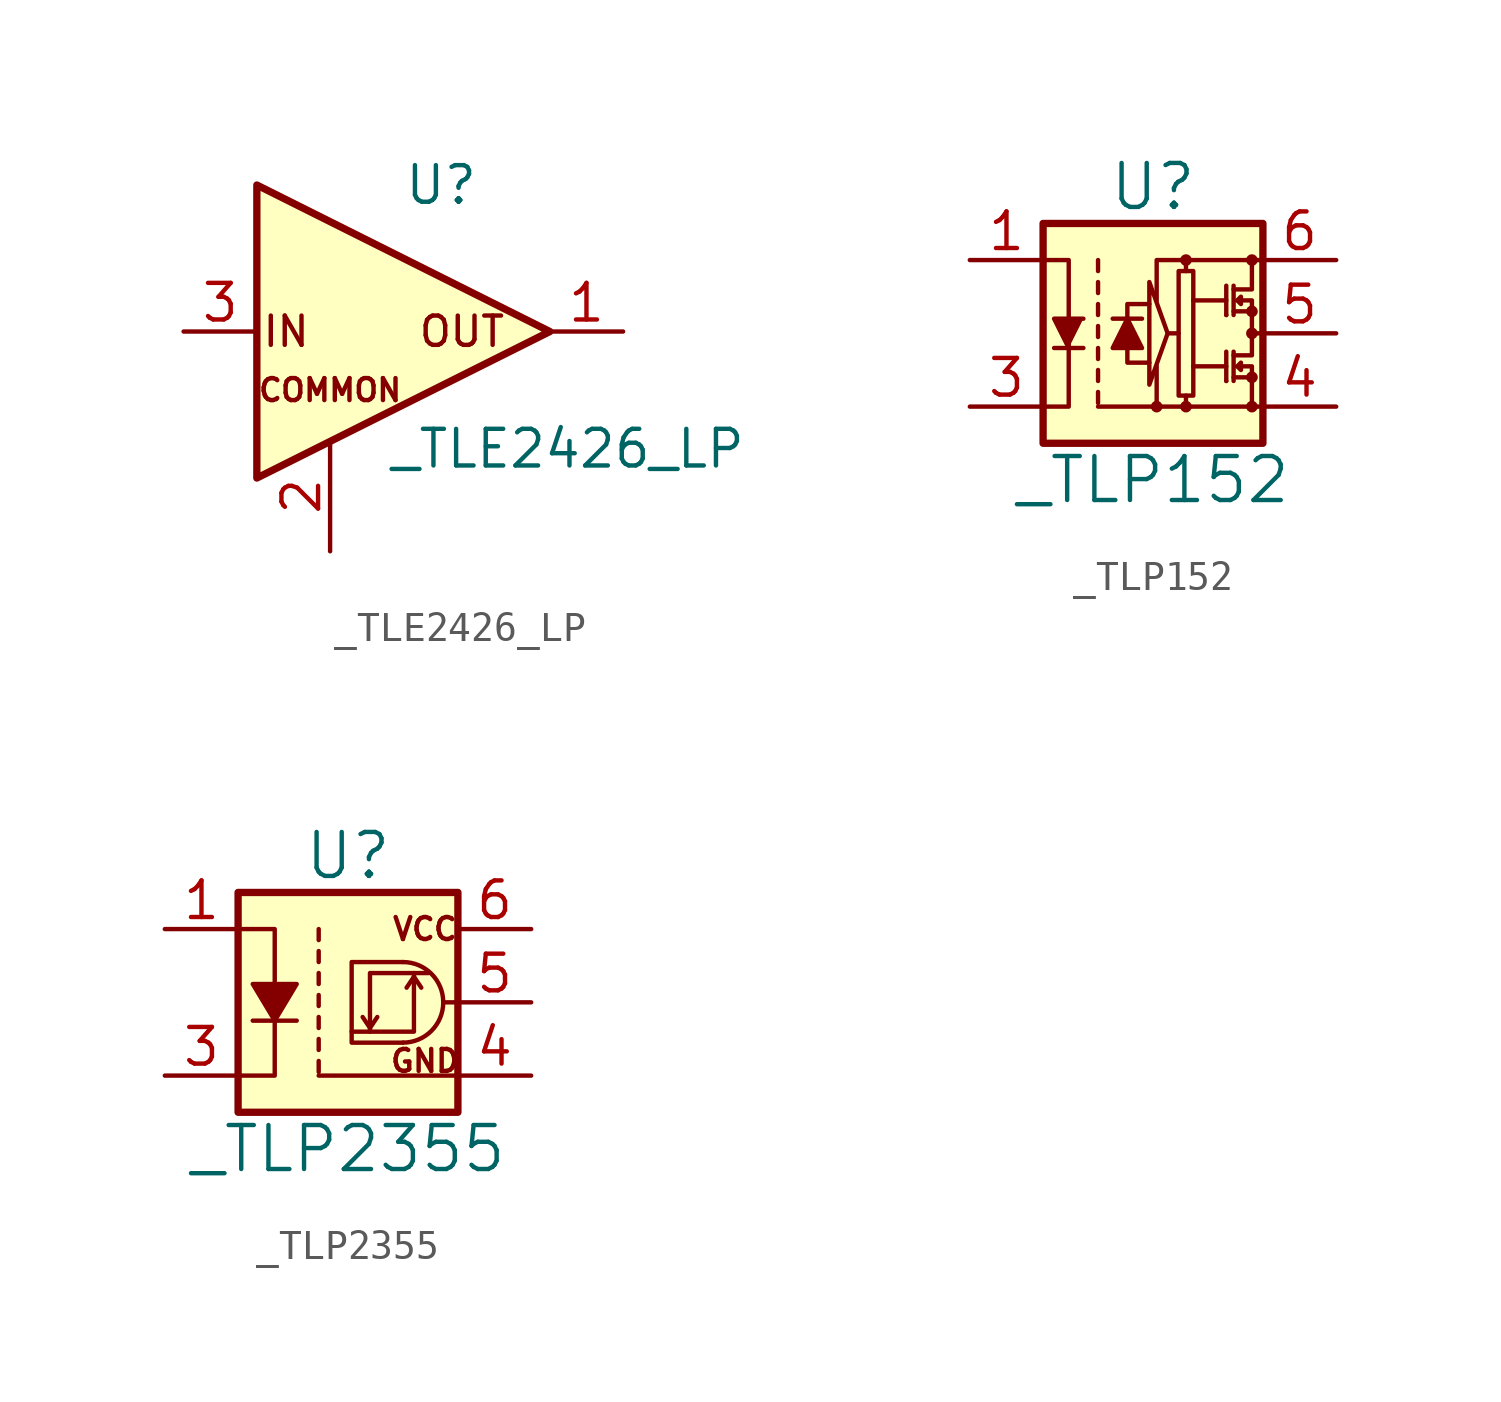
<source format=kicad_sym>
(kicad_symbol_lib
  (version 20220914)
  (generator kicad_symbol_editor)
  (symbol "_TLE2426_LP"
    (pin_names hide)
    (property "Reference" "U"
      (at 0 5.08 0)
      (effects (font (size 1.27 1.27)) (justify left)))
    (property "Value" "_TLE2426_LP"
      (at -0.508 -4.064 0)
      (effects (font (size 1.27 1.27)) (justify left)))
    (symbol "_TLE2426_LP_0_0"
      (text "COMMON" (at -2.54 -2.032 0) (effects (font (size 0.762 0.762))))
      (text "IN" (at -4.064 0 0) (effects (font (size 1.016 1.016))))
      (text "OUT" (at 2.032 0 0) (effects (font (size 1.016 1.016)))))
    (symbol "_TLE2426_LP_0_1"
      (polyline (pts (xy -5.08 5.08) (xy 5.08 0) (xy -5.08 -5.08) (xy -5.08 5.08)) (stroke (width 0.254) (type solid)) (fill (type background)))
      (pin power_in line (at -2.54 -7.62 90) (length 3.81) (name "COMMON" (effects (font (size 1.27 1.27)))) (number "2" (effects (font (size 1.27 1.27))))))
    (symbol "_TLE2426_LP_1_1"
      (pin power_out line (at 7.62 0 180) (length 2.54) (name "OUT" (effects (font (size 1.27 1.27)))) (number "1" (effects (font (size 1.27 1.27)))))
      (pin power_in line (at -7.62 0 0) (length 2.54) (name "IN" (effects (font (size 1.27 1.27)))) (number "3" (effects (font (size 1.27 1.27)))))))
  (symbol "_TLP152"
    (pin_names
      (offset 1.016))
    (property "Reference" "U"
      (at 0 5.08 0)
      (effects (font (size 1.524 1.524))))
    (property "Value" "_TLP152"
      (at 0 -5.08 0)
      (effects (font (size 1.524 1.524))))
    (property "Footprint" ""
      (at 0 0 0)
      (effects (font (size 1.524 1.524))))
    (property "Datasheet" ""
      (at 0 0 0)
      (effects (font (size 1.524 1.524))))
    (symbol "_TLP152_0_0"
      (polyline (pts (xy -1.397 0.508) (xy -0.381 0.508)) (stroke (width 0) (type solid)) (fill (type none)))
      (polyline (pts (xy 0.127 -1.143) (xy 0.127 -2.54)) (stroke (width 0) (type solid)) (fill (type none)))
      (polyline (pts (xy 0.508 0) (xy 0.889 0)) (stroke (width 0) (type solid)) (fill (type none)))
      (polyline (pts (xy 1.143 -2.159) (xy 1.143 -2.54)) (stroke (width 0) (type solid)) (fill (type none)))
      (polyline (pts (xy 1.143 2.159) (xy 1.143 2.54)) (stroke (width 0) (type solid)) (fill (type none)))
      (polyline (pts (xy 2.54 -1.651) (xy 2.54 -1.651)) (stroke (width 0) (type solid)) (fill (type none)))
      (polyline (pts (xy 2.54 -1.143) (xy 1.397 -1.143)) (stroke (width 0) (type solid)) (fill (type none)))
      (polyline (pts (xy 2.54 -0.635) (xy 2.54 -1.651)) (stroke (width 0) (type solid)) (fill (type none)))
      (polyline (pts (xy 2.54 0.635) (xy 2.54 0.635)) (stroke (width 0) (type solid)) (fill (type none)))
      (polyline (pts (xy 2.54 1.143) (xy 1.397 1.143)) (stroke (width 0) (type solid)) (fill (type none)))
      (polyline (pts (xy 2.54 1.651) (xy 2.54 0.635)) (stroke (width 0) (type solid)) (fill (type none)))
      (polyline (pts (xy 2.794 -1.524) (xy 3.429 -1.524)) (stroke (width 0) (type solid)) (fill (type none)))
      (polyline (pts (xy 2.794 -0.635) (xy 2.794 -1.651)) (stroke (width 0) (type solid)) (fill (type none)))
      (polyline (pts (xy 2.794 1.651) (xy 2.794 0.635)) (stroke (width 0) (type solid)) (fill (type none)))
      (polyline (pts (xy 3.81 -2.54) (xy -1.905 -2.54)) (stroke (width 0) (type solid)) (fill (type none)))
      (polyline (pts (xy 3.81 0) (xy 3.429 0)) (stroke (width 0) (type solid)) (fill (type none)))
      (polyline (pts (xy 0.127 1.143) (xy 0.127 2.54) (xy 3.81 2.54)) (stroke (width 0) (type solid)) (fill (type none)))
      (polyline (pts (xy 2.794 1.524) (xy 3.429 1.524) (xy 3.429 2.54)) (stroke (width 0) (type solid)) (fill (type none)))
      (polyline (pts (xy 2.921 -1.143) (xy 3.429 -1.143) (xy 3.429 -2.54)) (stroke (width 0) (type solid)) (fill (type none)))
      (polyline (pts (xy 2.921 1.143) (xy 3.429 1.143) (xy 3.429 0.762)) (stroke (width 0) (type solid)) (fill (type none)))
      (polyline (pts (xy -0.889 0.508) (xy -1.397 -0.508) (xy -0.381 -0.508) (xy -0.889 0.508)) (stroke (width 0) (type solid)) (fill (type outline)))
      (polyline (pts (xy -0.127 1.016) (xy -0.889 1.016) (xy -0.889 -1.016) (xy -0.127 -1.016)) (stroke (width 0) (type solid)) (fill (type none)))
      (polyline (pts (xy -0.127 1.778) (xy -0.127 -1.778) (xy 0.508 0) (xy -0.127 1.778)) (stroke (width 0) (type solid)) (fill (type none)))
      (polyline (pts (xy 2.794 0.762) (xy 3.429 0.762) (xy 3.429 -0.762) (xy 2.794 -0.762)) (stroke (width 0) (type solid)) (fill (type none)))
      (polyline (pts (xy 2.921 -1.143) (xy 3.048 -1.016) (xy 3.048 -1.27) (xy 2.921 -1.143)) (stroke (width 0) (type solid)) (fill (type none)))
      (polyline (pts (xy 3.048 1.27) (xy 2.921 1.143) (xy 3.048 1.016) (xy 3.048 1.27)) (stroke (width 0) (type solid)) (fill (type none)))
      (circle (center 0.127 -2.54) (radius 0.127) (stroke (width 0) (type solid)) (fill (type none)))
      (rectangle (start 0.889 2.159) (end 1.397 -2.159) (stroke (width 0) (type solid)) (fill (type none)))
      (circle (center 1.143 -2.54) (radius 0.127) (stroke (width 0) (type solid)) (fill (type none)))
      (circle (center 1.143 2.54) (radius 0.127) (stroke (width 0) (type solid)) (fill (type none)))
      (circle (center 3.429 -2.54) (radius 0.127) (stroke (width 0) (type solid)) (fill (type none)))
      (circle (center 3.429 -1.524) (radius 0.127) (stroke (width 0) (type solid)) (fill (type none)))
      (circle (center 3.429 0) (radius 0.127) (stroke (width 0) (type solid)) (fill (type none)))
      (circle (center 3.429 0.762) (radius 0.127) (stroke (width 0) (type solid)) (fill (type none)))
      (circle (center 3.429 2.54) (radius 0.127) (stroke (width 0) (type solid)) (fill (type none))))
    (symbol "_TLP152_0_1"
      (rectangle (start -3.81 3.81) (end 3.81 -3.81) (stroke (width 0.254) (type solid)) (fill (type background)))
      (polyline (pts (xy -3.429 -0.508) (xy -2.413 -0.508)) (stroke (width 0) (type solid)) (fill (type none)))
      (polyline (pts (xy -1.905 -2.413) (xy -1.905 -2.032)) (stroke (width 0) (type solid)) (fill (type none)))
      (polyline (pts (xy -1.905 -1.651) (xy -1.905 -1.27)) (stroke (width 0) (type solid)) (fill (type none)))
      (polyline (pts (xy -1.905 -0.889) (xy -1.905 -0.508)) (stroke (width 0) (type solid)) (fill (type none)))
      (polyline (pts (xy -1.905 -0.127) (xy -1.905 0.254)) (stroke (width 0) (type solid)) (fill (type none)))
      (polyline (pts (xy -1.905 0.635) (xy -1.905 1.016)) (stroke (width 0) (type solid)) (fill (type none)))
      (polyline (pts (xy -1.905 1.397) (xy -1.905 1.778)) (stroke (width 0) (type solid)) (fill (type none)))
      (polyline (pts (xy -1.905 2.159) (xy -1.905 2.54)) (stroke (width 0) (type solid)) (fill (type none)))
      (polyline (pts (xy -2.921 -0.508) (xy -3.429 0.508) (xy -2.413 0.508)) (stroke (width 0) (type solid)) (fill (type outline)))
      (polyline (pts (xy -3.81 2.54) (xy -2.921 2.54) (xy -2.921 -2.54) (xy -3.81 -2.54)) (stroke (width 0) (type solid)) (fill (type none))))
    (symbol "_TLP152_1_1"
      (pin input line (at -6.35 2.54 0) (length 2.54) (name "~" (effects (font (size 1.27 1.27)))) (number "1" (effects (font (size 1.27 1.27)))))
      (pin input line (at -6.35 -2.54 0) (length 2.54) (name "~" (effects (font (size 1.27 1.27)))) (number "3" (effects (font (size 1.27 1.27)))))
      (pin power_in line (at 6.35 -2.54 180) (length 2.54) (name "~" (effects (font (size 1.27 1.27)))) (number "4" (effects (font (size 1.27 1.27)))))
      (pin output line (at 6.35 0 180) (length 2.54) (name "~" (effects (font (size 1.27 1.27)))) (number "5" (effects (font (size 1.27 1.27)))))
      (pin power_in line (at 6.35 2.54 180) (length 2.54) (name "~" (effects (font (size 1.27 1.27)))) (number "6" (effects (font (size 1.27 1.27)))))))
  (symbol "_TLP2355"
    (pin_names
      (offset 1.016))
    (property "Reference" "U"
      (at 0 5.08 0)
      (effects (font (size 1.524 1.524))))
    (property "Value" "_TLP2355"
      (at 0 -5.08 0)
      (effects (font (size 1.524 1.524))))
    (property "Footprint" ""
      (at 0 0 0)
      (effects (font (size 1.524 1.524))))
    (property "Datasheet" ""
      (at 0 0 0)
      (effects (font (size 1.524 1.524))))
    (symbol "_TLP2355_0_0"
      (text "GND" (at 2.667 -2.032 0) (effects (font (size 0.762 0.762))))
      (text "VCC" (at 2.667 2.54 0) (effects (font (size 0.762 0.762)))))
    (symbol "_TLP2355_0_1"
      (rectangle (start -3.81 3.81) (end 3.81 -3.81) (stroke (width 0.254) (type solid)) (fill (type background)))
      (polyline (pts (xy -3.302 -0.635) (xy -1.778 -0.635)) (stroke (width 0) (type solid)) (fill (type none)))
      (polyline (pts (xy -1.016 -2.413) (xy -1.016 -2.032)) (stroke (width 0) (type solid)) (fill (type none)))
      (polyline (pts (xy -1.016 -1.651) (xy -1.016 -1.27)) (stroke (width 0) (type solid)) (fill (type none)))
      (polyline (pts (xy -1.016 -0.889) (xy -1.016 -0.508)) (stroke (width 0) (type solid)) (fill (type none)))
      (polyline (pts (xy -1.016 -0.127) (xy -1.016 0.254)) (stroke (width 0) (type solid)) (fill (type none)))
      (polyline (pts (xy -1.016 0.635) (xy -1.016 1.016)) (stroke (width 0) (type solid)) (fill (type none)))
      (polyline (pts (xy -1.016 1.397) (xy -1.016 1.778)) (stroke (width 0) (type solid)) (fill (type none)))
      (polyline (pts (xy -1.016 2.159) (xy -1.016 2.54)) (stroke (width 0) (type solid)) (fill (type none)))
      (polyline (pts (xy 3.81 -2.54) (xy -1.016 -2.54)) (stroke (width 0) (type solid)) (fill (type none)))
      (polyline (pts (xy 3.81 0) (xy 3.302 0)) (stroke (width 0) (type solid)) (fill (type none)))
      (polyline (pts (xy 0.127 -1.016) (xy 2.286 -1.016) (xy 2.286 1.016)) (stroke (width 0) (type solid)) (fill (type none)))
      (polyline (pts (xy 0.508 -0.508) (xy 0.762 -0.889) (xy 1.016 -0.508)) (stroke (width 0) (type solid)) (fill (type none)))
      (polyline (pts (xy 2.032 0.508) (xy 2.286 0.889) (xy 2.54 0.508)) (stroke (width 0) (type solid)) (fill (type none)))
      (polyline (pts (xy 2.794 1.016) (xy 0.762 1.016) (xy 0.762 -1.016)) (stroke (width 0) (type solid)) (fill (type none)))
      (polyline (pts (xy -3.81 2.54) (xy -2.54 2.54) (xy -2.54 -2.54) (xy -3.81 -2.54)) (stroke (width 0) (type solid)) (fill (type none)))
      (polyline (pts (xy -2.54 -0.635) (xy -3.302 0.635) (xy -1.778 0.635) (xy -2.54 -0.635)) (stroke (width 0) (type solid)) (fill (type outline)))
      (polyline (pts (xy 1.905 1.397) (xy 0.127 1.397) (xy 0.127 -1.397) (xy 1.905 -1.397)) (stroke (width 0) (type solid)) (fill (type none)))
      (arc (start 1.905 -1.397) (mid 3.296 0) (end 1.905 1.397) (stroke (width 0) (type solid)) (fill (type none))))
    (symbol "_TLP2355_1_1"
      (pin input line (at -6.35 2.54 0) (length 2.54) (name "~" (effects (font (size 1.27 1.27)))) (number "1" (effects (font (size 1.27 1.27)))))
      (pin input line (at -6.35 -2.54 0) (length 2.54) (name "~" (effects (font (size 1.27 1.27)))) (number "3" (effects (font (size 1.27 1.27)))))
      (pin power_in line (at 6.35 -2.54 180) (length 2.54) (name "~" (effects (font (size 1.27 1.27)))) (number "4" (effects (font (size 1.27 1.27)))))
      (pin output line (at 6.35 0 180) (length 2.54) (name "~" (effects (font (size 1.27 1.27)))) (number "5" (effects (font (size 1.27 1.27)))))
      (pin power_in line (at 6.35 2.54 180) (length 2.54) (name "~" (effects (font (size 1.27 1.27)))) (number "6" (effects (font (size 1.27 1.27))))))))
</source>
